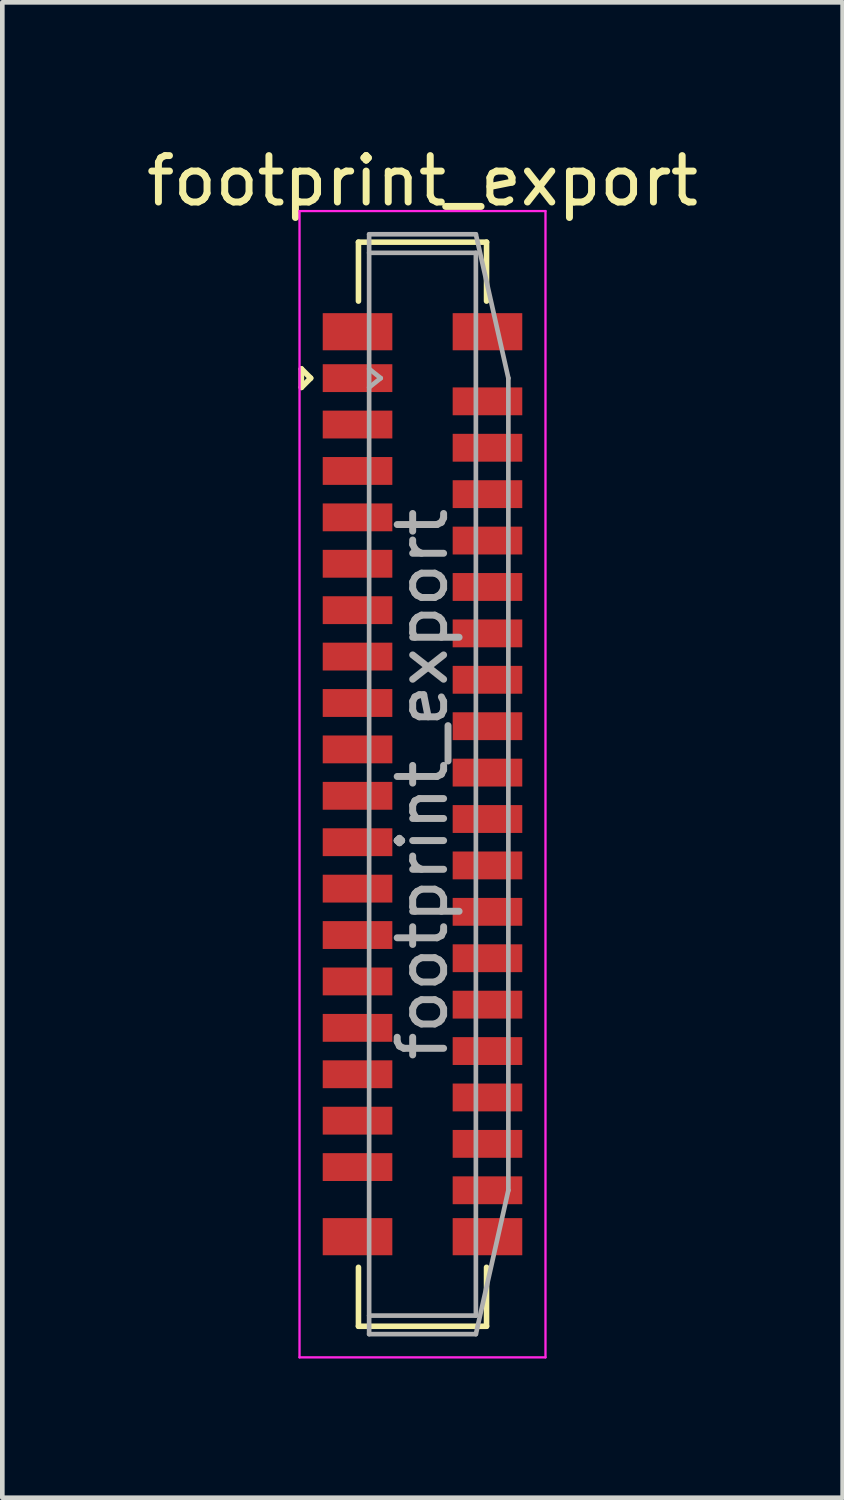
<source format=kicad_pcb>
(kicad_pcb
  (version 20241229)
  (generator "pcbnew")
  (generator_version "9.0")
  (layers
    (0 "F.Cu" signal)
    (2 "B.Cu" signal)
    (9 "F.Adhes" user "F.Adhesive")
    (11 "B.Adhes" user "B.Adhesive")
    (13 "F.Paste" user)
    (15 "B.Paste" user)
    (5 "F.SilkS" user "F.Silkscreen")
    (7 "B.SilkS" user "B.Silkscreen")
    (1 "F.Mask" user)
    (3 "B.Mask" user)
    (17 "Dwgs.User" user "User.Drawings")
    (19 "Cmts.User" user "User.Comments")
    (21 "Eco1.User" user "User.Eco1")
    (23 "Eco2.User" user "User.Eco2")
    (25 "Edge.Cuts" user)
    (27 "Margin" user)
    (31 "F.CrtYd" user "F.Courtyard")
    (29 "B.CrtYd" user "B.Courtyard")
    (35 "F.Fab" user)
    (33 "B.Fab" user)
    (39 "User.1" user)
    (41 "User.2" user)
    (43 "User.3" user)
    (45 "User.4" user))
  (footprint "footprint_export"
    (layer "F.Cu")
    (at 6.054 13.848)
    (property "Reference" "footprint_export" (at 0 -13 0) (layer "F.SilkS") (effects (font (size 1 1) (thickness 0.15))))
    (attr smd)
    (fp_line (start -2.61 -8.55) (end -2.61 -8.95) (stroke (width 0.12) (type solid)) (layer "F.SilkS"))
    (fp_line (start -2.41 -8.75) (end -2.61 -8.95) (stroke (width 0.12) (type solid)) (layer "F.SilkS"))
    (fp_line (start -2.41 -8.75) (end -2.61 -8.55) (stroke (width 0.12) (type solid)) (layer "F.SilkS"))
    (fp_line (start -1.38 -11.68) (end -1.38 -10.41) (stroke (width 0.12) (type solid)) (layer "F.SilkS"))
    (fp_line (start -1.38 11.68) (end -1.38 10.41) (stroke (width 0.12) (type solid)) (layer "F.SilkS"))
    (fp_line (start 1.38 -11.68) (end -1.38 -11.68) (stroke (width 0.12) (type solid)) (layer "F.SilkS"))
    (fp_line (start 1.38 -10.41) (end 1.38 -11.68) (stroke (width 0.12) (type solid)) (layer "F.SilkS"))
    (fp_line (start 1.38 11.68) (end -1.38 11.68) (stroke (width 0.12) (type solid)) (layer "F.SilkS"))
    (fp_line (start 1.38 11.68) (end 1.38 10.41) (stroke (width 0.12) (type solid)) (layer "F.SilkS"))
    (fp_line (start -2.65 -12.35) (end 2.65 -12.35) (stroke (width 0.05) (type solid)) (layer "F.CrtYd"))
    (fp_line (start -2.65 12.35) (end -2.65 -12.35) (stroke (width 0.05) (type solid)) (layer "F.CrtYd"))
    (fp_line (start 2.65 -12.35) (end 2.65 12.35) (stroke (width 0.05) (type solid)) (layer "F.CrtYd"))
    (fp_line (start 2.65 12.35) (end -2.65 12.35) (stroke (width 0.05) (type solid)) (layer "F.CrtYd"))
    (fp_line (start -1.15 -11.85) (end 1.15 -11.85) (stroke (width 0.1) (type solid)) (layer "F.Fab"))
    (fp_line (start -1.15 -11.45) (end 1.15 -11.45) (stroke (width 0.1) (type solid)) (layer "F.Fab"))
    (fp_line (start -1.15 -8.95) (end -0.9 -8.75) (stroke (width 0.1) (type solid)) (layer "F.Fab"))
    (fp_line (start -1.15 11.85) (end -1.15 -11.85) (stroke (width 0.1) (type solid)) (layer "F.Fab"))
    (fp_line (start -0.9 -8.75) (end -1.15 -8.55) (stroke (width 0.1) (type solid)) (layer "F.Fab"))
    (fp_line (start 1.15 -11.85) (end 1.85 -8.75) (stroke (width 0.1) (type solid)) (layer "F.Fab"))
    (fp_line (start 1.15 -11.45) (end 1.15 11.45) (stroke (width 0.1) (type solid)) (layer "F.Fab"))
    (fp_line (start 1.15 11.45) (end -1.15 11.45) (stroke (width 0.1) (type solid)) (layer "F.Fab"))
    (fp_line (start 1.15 11.85) (end -1.15 11.85) (stroke (width 0.1) (type solid)) (layer "F.Fab"))
    (fp_line (start 1.85 -8.75) (end 1.85 8.75) (stroke (width 0.1) (type solid)) (layer "F.Fab"))
    (fp_line (start 1.85 8.75) (end 1.15 11.85) (stroke (width 0.1) (type solid)) (layer "F.Fab"))
    (fp_text user "${REFERENCE}" (at 0 0 270) (layer "F.Fab") (effects (font (size 1 1) (thickness 0.15))))
    (pad "1" smd rect (at -1.4 -8.75 270) (size 0.6 1.5) (layers "F.Cu" "F.Mask" "F.Paste"))
    (pad "2" smd rect (at 1.4 -8.25 270) (size 0.6 1.5) (layers "F.Cu" "F.Mask" "F.Paste"))
    (pad "3" smd rect (at -1.4 -7.75 270) (size 0.6 1.5) (layers "F.Cu" "F.Mask" "F.Paste"))
    (pad "4" smd rect (at 1.4 -7.25 270) (size 0.6 1.5) (layers "F.Cu" "F.Mask" "F.Paste"))
    (pad "5" smd rect (at -1.4 -6.75 270) (size 0.6 1.5) (layers "F.Cu" "F.Mask" "F.Paste"))
    (pad "6" smd rect (at 1.4 -6.25 270) (size 0.6 1.5) (layers "F.Cu" "F.Mask" "F.Paste"))
    (pad "7" smd rect (at -1.4 -5.75 270) (size 0.6 1.5) (layers "F.Cu" "F.Mask" "F.Paste"))
    (pad "8" smd rect (at 1.4 -5.25 270) (size 0.6 1.5) (layers "F.Cu" "F.Mask" "F.Paste"))
    (pad "9" smd rect (at -1.4 -4.75 270) (size 0.6 1.5) (layers "F.Cu" "F.Mask" "F.Paste"))
    (pad "10" smd rect (at 1.4 -4.25 270) (size 0.6 1.5) (layers "F.Cu" "F.Mask" "F.Paste"))
    (pad "11" smd rect (at -1.4 -3.75 270) (size 0.6 1.5) (layers "F.Cu" "F.Mask" "F.Paste"))
    (pad "12" smd rect (at 1.4 -3.25 270) (size 0.6 1.5) (layers "F.Cu" "F.Mask" "F.Paste"))
    (pad "13" smd rect (at -1.4 -2.75 270) (size 0.6 1.5) (layers "F.Cu" "F.Mask" "F.Paste"))
    (pad "14" smd rect (at 1.4 -2.25 270) (size 0.6 1.5) (layers "F.Cu" "F.Mask" "F.Paste"))
    (pad "15" smd rect (at -1.4 -1.75 270) (size 0.6 1.5) (layers "F.Cu" "F.Mask" "F.Paste"))
    (pad "16" smd rect (at 1.4 -1.25 270) (size 0.6 1.5) (layers "F.Cu" "F.Mask" "F.Paste"))
    (pad "17" smd rect (at -1.4 -0.75 270) (size 0.6 1.5) (layers "F.Cu" "F.Mask" "F.Paste"))
    (pad "18" smd rect (at 1.4 -0.25 270) (size 0.6 1.5) (layers "F.Cu" "F.Mask" "F.Paste"))
    (pad "19" smd rect (at -1.4 0.25 270) (size 0.6 1.5) (layers "F.Cu" "F.Mask" "F.Paste"))
    (pad "20" smd rect (at 1.4 0.75 270) (size 0.6 1.5) (layers "F.Cu" "F.Mask" "F.Paste"))
    (pad "21" smd rect (at -1.4 1.25 270) (size 0.6 1.5) (layers "F.Cu" "F.Mask" "F.Paste"))
    (pad "22" smd rect (at 1.4 1.75 270) (size 0.6 1.5) (layers "F.Cu" "F.Mask" "F.Paste"))
    (pad "23" smd rect (at -1.4 2.25 270) (size 0.6 1.5) (layers "F.Cu" "F.Mask" "F.Paste"))
    (pad "24" smd rect (at 1.4 2.75 270) (size 0.6 1.5) (layers "F.Cu" "F.Mask" "F.Paste"))
    (pad "25" smd rect (at -1.4 3.25 270) (size 0.6 1.5) (layers "F.Cu" "F.Mask" "F.Paste"))
    (pad "26" smd rect (at 1.4 3.75 270) (size 0.6 1.5) (layers "F.Cu" "F.Mask" "F.Paste"))
    (pad "27" smd rect (at -1.4 4.25 270) (size 0.6 1.5) (layers "F.Cu" "F.Mask" "F.Paste"))
    (pad "28" smd rect (at 1.4 4.75 270) (size 0.6 1.5) (layers "F.Cu" "F.Mask" "F.Paste"))
    (pad "29" smd rect (at -1.4 5.25 270) (size 0.6 1.5) (layers "F.Cu" "F.Mask" "F.Paste"))
    (pad "30" smd rect (at 1.4 5.75 270) (size 0.6 1.5) (layers "F.Cu" "F.Mask" "F.Paste"))
    (pad "31" smd rect (at -1.4 6.25 270) (size 0.6 1.5) (layers "F.Cu" "F.Mask" "F.Paste"))
    (pad "32" smd rect (at 1.4 6.75 270) (size 0.6 1.5) (layers "F.Cu" "F.Mask" "F.Paste"))
    (pad "33" smd rect (at -1.4 7.25 270) (size 0.6 1.5) (layers "F.Cu" "F.Mask" "F.Paste"))
    (pad "34" smd rect (at 1.4 7.75 270) (size 0.6 1.5) (layers "F.Cu" "F.Mask" "F.Paste"))
    (pad "35" smd rect (at -1.4 8.25 270) (size 0.6 1.5) (layers "F.Cu" "F.Mask" "F.Paste"))
    (pad "36" smd rect (at 1.4 8.75 270) (size 0.6 1.5) (layers "F.Cu" "F.Mask" "F.Paste"))
    (pad "MP" smd rect (at -1.4 -9.75 270) (size 0.8 1.5) (layers "F.Cu" "F.Mask" "F.Paste"))
    (pad "MP" smd rect (at -1.4 9.75 270) (size 0.8 1.5) (layers "F.Cu" "F.Mask" "F.Paste"))
    (pad "MP" smd rect (at 1.4 -9.75 270) (size 0.8 1.5) (layers "F.Cu" "F.Mask" "F.Paste"))
    (pad "MP" smd rect (at 1.4 9.75 270) (size 0.8 1.5) (layers "F.Cu" "F.Mask" "F.Paste")))
  (gr_rect
    (start -3 -3)
    (end 15.107 29.223)
    (stroke (width 0.1) (type default))
    (fill no)
    (layer "Edge.Cuts")))
</source>
